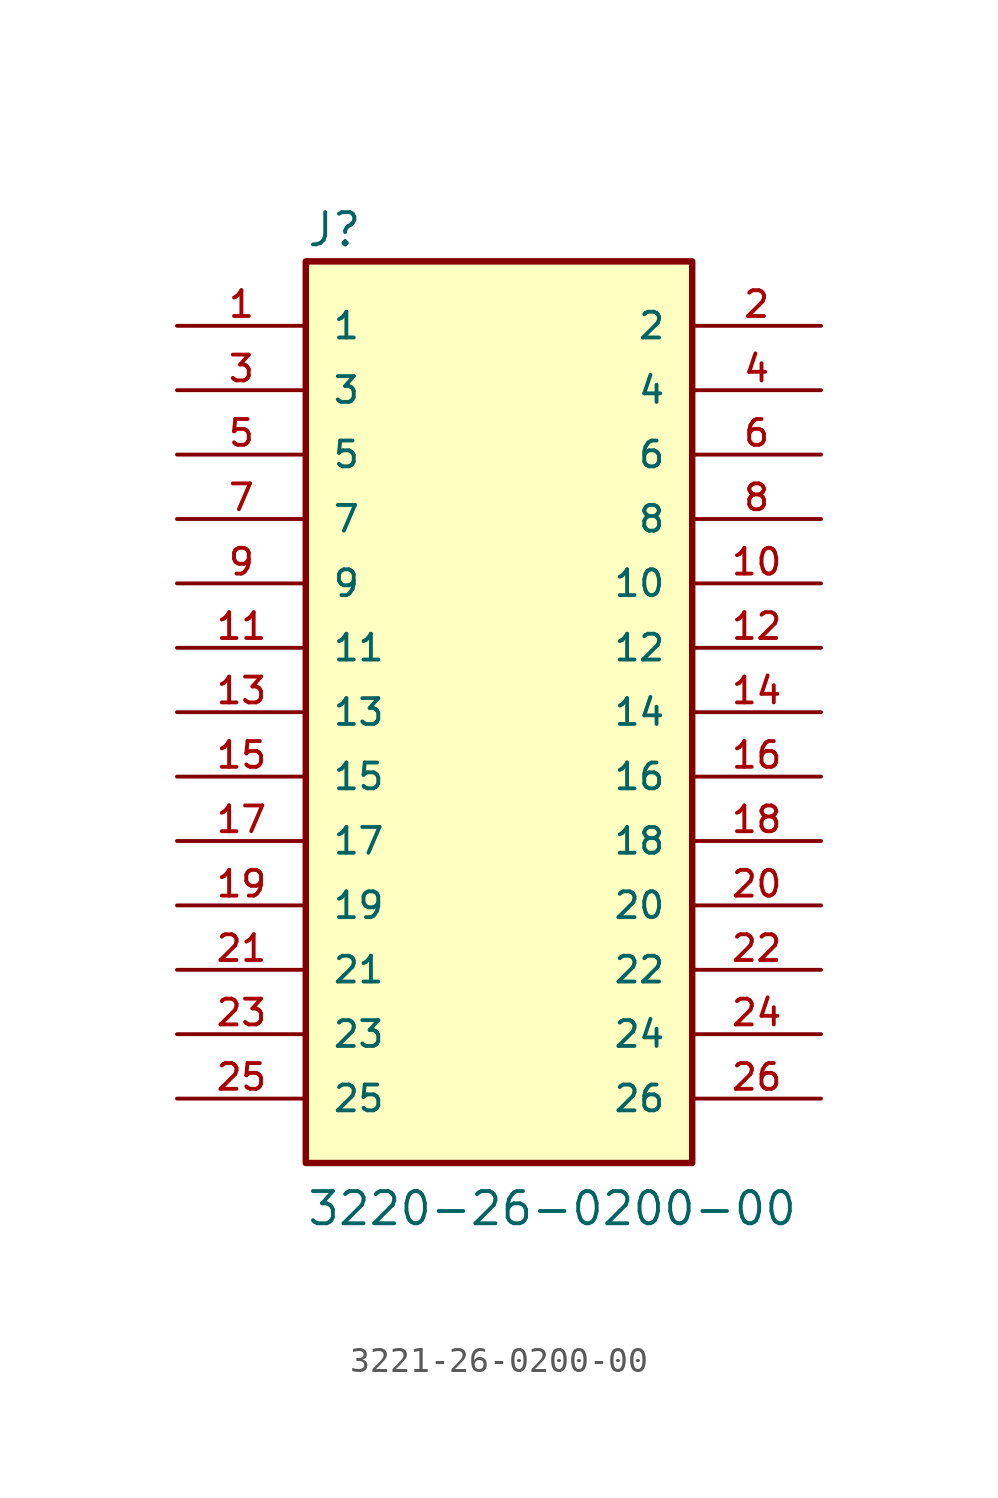
<source format=kicad_sym>
(kicad_symbol_lib
  (version 20231120)
  (generator "kicad_symbol_editor")
  (generator_version "8.0")
  (symbol "3221-26-0200-00"
    (pin_names
      (offset 1.016))
    (property "Reference" "J"
      (at -7.62 18.288 0)
      (effects (font (size 1.27 1.27)) (justify left bottom)))
    (property "Value" "3220-26-0200-00"
      (at -7.62 -20.32 0)
      (effects (font (size 1.27 1.27)) (justify left bottom)))
    (symbol "3221-26-0200-00_0_0"
      (rectangle (start -7.62 -17.78) (end 7.62 17.78) (stroke (width 0.254) (type default)) (fill (type background)))
      (pin passive line (at -12.7 15.24 0) (length 5.08) (name "1" (effects (font (size 1.016 1.016)))) (number "1" (effects (font (size 1.016 1.016)))))
      (pin passive line (at 12.7 5.08 180) (length 5.08) (name "10" (effects (font (size 1.016 1.016)))) (number "10" (effects (font (size 1.016 1.016)))))
      (pin passive line (at -12.7 2.54 0) (length 5.08) (name "11" (effects (font (size 1.016 1.016)))) (number "11" (effects (font (size 1.016 1.016)))))
      (pin passive line (at 12.7 2.54 180) (length 5.08) (name "12" (effects (font (size 1.016 1.016)))) (number "12" (effects (font (size 1.016 1.016)))))
      (pin passive line (at -12.7 0 0) (length 5.08) (name "13" (effects (font (size 1.016 1.016)))) (number "13" (effects (font (size 1.016 1.016)))))
      (pin passive line (at 12.7 0 180) (length 5.08) (name "14" (effects (font (size 1.016 1.016)))) (number "14" (effects (font (size 1.016 1.016)))))
      (pin passive line (at -12.7 -2.54 0) (length 5.08) (name "15" (effects (font (size 1.016 1.016)))) (number "15" (effects (font (size 1.016 1.016)))))
      (pin passive line (at 12.7 -2.54 180) (length 5.08) (name "16" (effects (font (size 1.016 1.016)))) (number "16" (effects (font (size 1.016 1.016)))))
      (pin passive line (at -12.7 -5.08 0) (length 5.08) (name "17" (effects (font (size 1.016 1.016)))) (number "17" (effects (font (size 1.016 1.016)))))
      (pin passive line (at 12.7 -5.08 180) (length 5.08) (name "18" (effects (font (size 1.016 1.016)))) (number "18" (effects (font (size 1.016 1.016)))))
      (pin passive line (at -12.7 -7.62 0) (length 5.08) (name "19" (effects (font (size 1.016 1.016)))) (number "19" (effects (font (size 1.016 1.016)))))
      (pin passive line (at 12.7 15.24 180) (length 5.08) (name "2" (effects (font (size 1.016 1.016)))) (number "2" (effects (font (size 1.016 1.016)))))
      (pin passive line (at 12.7 -7.62 180) (length 5.08) (name "20" (effects (font (size 1.016 1.016)))) (number "20" (effects (font (size 1.016 1.016)))))
      (pin passive line (at -12.7 -10.16 0) (length 5.08) (name "21" (effects (font (size 1.016 1.016)))) (number "21" (effects (font (size 1.016 1.016)))))
      (pin passive line (at 12.7 -10.16 180) (length 5.08) (name "22" (effects (font (size 1.016 1.016)))) (number "22" (effects (font (size 1.016 1.016)))))
      (pin passive line (at -12.7 -12.7 0) (length 5.08) (name "23" (effects (font (size 1.016 1.016)))) (number "23" (effects (font (size 1.016 1.016)))))
      (pin passive line (at 12.7 -12.7 180) (length 5.08) (name "24" (effects (font (size 1.016 1.016)))) (number "24" (effects (font (size 1.016 1.016)))))
      (pin passive line (at -12.7 -15.24 0) (length 5.08) (name "25" (effects (font (size 1.016 1.016)))) (number "25" (effects (font (size 1.016 1.016)))))
      (pin passive line (at 12.7 -15.24 180) (length 5.08) (name "26" (effects (font (size 1.016 1.016)))) (number "26" (effects (font (size 1.016 1.016)))))
      (pin passive line (at -12.7 12.7 0) (length 5.08) (name "3" (effects (font (size 1.016 1.016)))) (number "3" (effects (font (size 1.016 1.016)))))
      (pin passive line (at 12.7 12.7 180) (length 5.08) (name "4" (effects (font (size 1.016 1.016)))) (number "4" (effects (font (size 1.016 1.016)))))
      (pin passive line (at -12.7 10.16 0) (length 5.08) (name "5" (effects (font (size 1.016 1.016)))) (number "5" (effects (font (size 1.016 1.016)))))
      (pin passive line (at 12.7 10.16 180) (length 5.08) (name "6" (effects (font (size 1.016 1.016)))) (number "6" (effects (font (size 1.016 1.016)))))
      (pin passive line (at -12.7 7.62 0) (length 5.08) (name "7" (effects (font (size 1.016 1.016)))) (number "7" (effects (font (size 1.016 1.016)))))
      (pin passive line (at 12.7 7.62 180) (length 5.08) (name "8" (effects (font (size 1.016 1.016)))) (number "8" (effects (font (size 1.016 1.016)))))
      (pin passive line (at -12.7 5.08 0) (length 5.08) (name "9" (effects (font (size 1.016 1.016)))) (number "9" (effects (font (size 1.016 1.016))))))))
</source>
